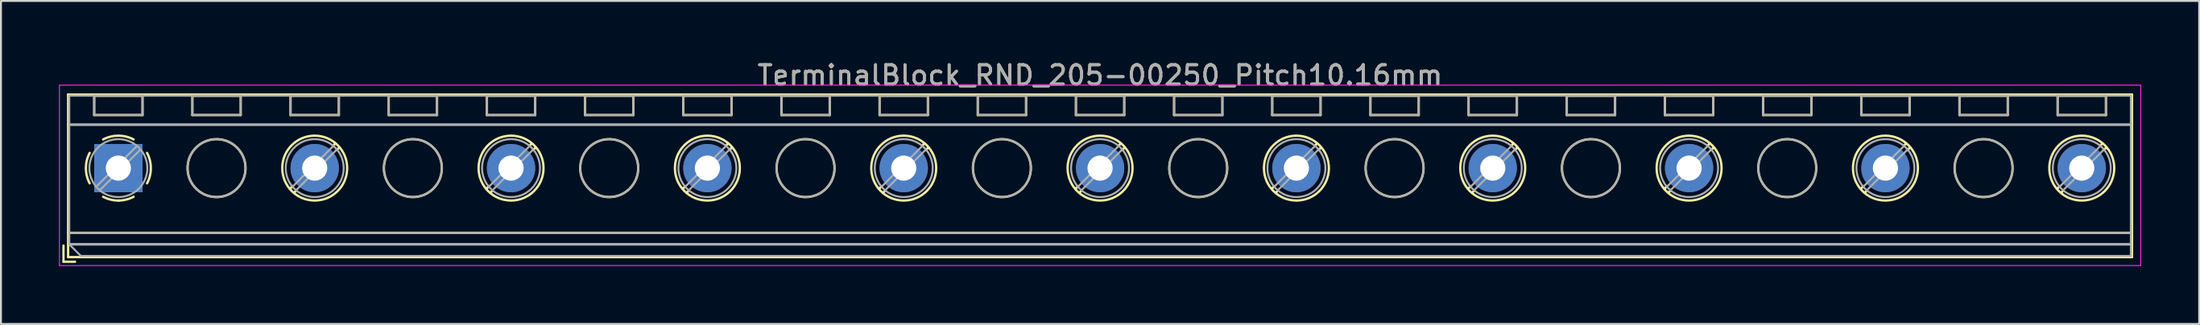
<source format=kicad_pcb>
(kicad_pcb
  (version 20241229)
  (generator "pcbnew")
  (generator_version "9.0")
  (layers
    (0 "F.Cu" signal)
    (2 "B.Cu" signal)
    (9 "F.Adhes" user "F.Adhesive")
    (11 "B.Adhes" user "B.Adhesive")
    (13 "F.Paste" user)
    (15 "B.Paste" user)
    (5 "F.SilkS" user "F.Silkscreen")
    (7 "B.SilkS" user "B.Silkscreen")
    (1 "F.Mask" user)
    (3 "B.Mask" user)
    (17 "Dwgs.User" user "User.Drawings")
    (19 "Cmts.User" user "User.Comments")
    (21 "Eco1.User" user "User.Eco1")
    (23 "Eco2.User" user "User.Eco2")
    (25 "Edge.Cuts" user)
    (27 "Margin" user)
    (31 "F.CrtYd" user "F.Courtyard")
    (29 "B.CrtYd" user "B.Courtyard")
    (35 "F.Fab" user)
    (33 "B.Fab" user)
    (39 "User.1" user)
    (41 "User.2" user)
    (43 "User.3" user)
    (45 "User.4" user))
  (footprint "TerminalBlock_RND_205-00250_Pitch10.16mm"
    (layer "F.Cu")
    (at 3.075 5.658)
    (property "Reference" "TerminalBlock_RND_205-00250_Pitch10.16mm" (at 50.8 -4.81 0) (layer "F.SilkS") (effects (font (size 1 1) (thickness 0.15))))
    (attr through_hole)
    (fp_line (start -2.84 4.01) (end -2.84 4.85) (stroke (width 0.12) (type solid)) (layer "F.SilkS"))
    (fp_line (start -2.84 4.85) (end -2.24 4.85) (stroke (width 0.12) (type solid)) (layer "F.SilkS"))
    (fp_line (start -2.6 -3.81) (end -2.6 4.61) (stroke (width 0.12) (type solid)) (layer "F.SilkS"))
    (fp_line (start -2.6 -2.25) (end 104.2 -2.25) (stroke (width 0.12) (type solid)) (layer "F.SilkS"))
    (fp_line (start -2.6 3.35) (end 104.2 3.35) (stroke (width 0.12) (type solid)) (layer "F.SilkS"))
    (fp_line (start -2.6 3.95) (end 104.2 3.95) (stroke (width 0.12) (type solid)) (layer "F.SilkS"))
    (fp_line (start -2.6 4.61) (end 104.2 4.61) (stroke (width 0.12) (type solid)) (layer "F.SilkS"))
    (fp_line (start -1.25 -3.751) (end -1.25 -2.751) (stroke (width 0.12) (type solid)) (layer "F.SilkS"))
    (fp_line (start -1.25 -3.751) (end 1.25 -3.751) (stroke (width 0.12) (type solid)) (layer "F.SilkS"))
    (fp_line (start -1.25 -2.751) (end 1.25 -2.751) (stroke (width 0.12) (type solid)) (layer "F.SilkS"))
    (fp_line (start 1.25 -3.751) (end 1.25 -2.751) (stroke (width 0.12) (type solid)) (layer "F.SilkS"))
    (fp_line (start 3.83 -3.751) (end 3.83 -2.751) (stroke (width 0.12) (type solid)) (layer "F.SilkS"))
    (fp_line (start 3.83 -3.751) (end 6.33 -3.751) (stroke (width 0.12) (type solid)) (layer "F.SilkS"))
    (fp_line (start 3.83 -2.751) (end 6.33 -2.751) (stroke (width 0.12) (type solid)) (layer "F.SilkS"))
    (fp_line (start 6.33 -3.751) (end 6.33 -2.751) (stroke (width 0.12) (type solid)) (layer "F.SilkS"))
    (fp_line (start 8.91 -3.751) (end 8.91 -2.751) (stroke (width 0.12) (type solid)) (layer "F.SilkS"))
    (fp_line (start 8.91 -3.751) (end 11.41 -3.751) (stroke (width 0.12) (type solid)) (layer "F.SilkS"))
    (fp_line (start 8.91 -2.751) (end 11.41 -2.751) (stroke (width 0.12) (type solid)) (layer "F.SilkS"))
    (fp_line (start 9.027 0.929) (end 8.886 1.069) (stroke (width 0.12) (type solid)) (layer "F.SilkS"))
    (fp_line (start 9.197 1.169) (end 9.091 1.274) (stroke (width 0.12) (type solid)) (layer "F.SilkS"))
    (fp_line (start 11.23 -1.275) (end 11.124 -1.169) (stroke (width 0.12) (type solid)) (layer "F.SilkS"))
    (fp_line (start 11.41 -3.751) (end 11.41 -2.751) (stroke (width 0.12) (type solid)) (layer "F.SilkS"))
    (fp_line (start 11.435 -1.069) (end 11.294 -0.929) (stroke (width 0.12) (type solid)) (layer "F.SilkS"))
    (fp_line (start 13.99 -3.751) (end 13.99 -2.751) (stroke (width 0.12) (type solid)) (layer "F.SilkS"))
    (fp_line (start 13.99 -3.751) (end 16.49 -3.751) (stroke (width 0.12) (type solid)) (layer "F.SilkS"))
    (fp_line (start 13.99 -2.751) (end 16.49 -2.751) (stroke (width 0.12) (type solid)) (layer "F.SilkS"))
    (fp_line (start 16.49 -3.751) (end 16.49 -2.751) (stroke (width 0.12) (type solid)) (layer "F.SilkS"))
    (fp_line (start 19.07 -3.751) (end 19.07 -2.751) (stroke (width 0.12) (type solid)) (layer "F.SilkS"))
    (fp_line (start 19.07 -3.751) (end 21.57 -3.751) (stroke (width 0.12) (type solid)) (layer "F.SilkS"))
    (fp_line (start 19.07 -2.751) (end 21.57 -2.751) (stroke (width 0.12) (type solid)) (layer "F.SilkS"))
    (fp_line (start 19.187 0.929) (end 19.046 1.069) (stroke (width 0.12) (type solid)) (layer "F.SilkS"))
    (fp_line (start 19.357 1.169) (end 19.251 1.274) (stroke (width 0.12) (type solid)) (layer "F.SilkS"))
    (fp_line (start 21.39 -1.275) (end 21.284 -1.169) (stroke (width 0.12) (type solid)) (layer "F.SilkS"))
    (fp_line (start 21.57 -3.751) (end 21.57 -2.751) (stroke (width 0.12) (type solid)) (layer "F.SilkS"))
    (fp_line (start 21.595 -1.069) (end 21.454 -0.929) (stroke (width 0.12) (type solid)) (layer "F.SilkS"))
    (fp_line (start 24.15 -3.751) (end 24.15 -2.751) (stroke (width 0.12) (type solid)) (layer "F.SilkS"))
    (fp_line (start 24.15 -3.751) (end 26.65 -3.751) (stroke (width 0.12) (type solid)) (layer "F.SilkS"))
    (fp_line (start 24.15 -2.751) (end 26.65 -2.751) (stroke (width 0.12) (type solid)) (layer "F.SilkS"))
    (fp_line (start 26.65 -3.751) (end 26.65 -2.751) (stroke (width 0.12) (type solid)) (layer "F.SilkS"))
    (fp_line (start 29.23 -3.751) (end 29.23 -2.751) (stroke (width 0.12) (type solid)) (layer "F.SilkS"))
    (fp_line (start 29.23 -3.751) (end 31.73 -3.751) (stroke (width 0.12) (type solid)) (layer "F.SilkS"))
    (fp_line (start 29.23 -2.751) (end 31.73 -2.751) (stroke (width 0.12) (type solid)) (layer "F.SilkS"))
    (fp_line (start 29.347 0.929) (end 29.206 1.069) (stroke (width 0.12) (type solid)) (layer "F.SilkS"))
    (fp_line (start 29.517 1.169) (end 29.411 1.274) (stroke (width 0.12) (type solid)) (layer "F.SilkS"))
    (fp_line (start 31.55 -1.275) (end 31.444 -1.169) (stroke (width 0.12) (type solid)) (layer "F.SilkS"))
    (fp_line (start 31.73 -3.751) (end 31.73 -2.751) (stroke (width 0.12) (type solid)) (layer "F.SilkS"))
    (fp_line (start 31.755 -1.069) (end 31.614 -0.929) (stroke (width 0.12) (type solid)) (layer "F.SilkS"))
    (fp_line (start 34.31 -3.751) (end 34.31 -2.751) (stroke (width 0.12) (type solid)) (layer "F.SilkS"))
    (fp_line (start 34.31 -3.751) (end 36.81 -3.751) (stroke (width 0.12) (type solid)) (layer "F.SilkS"))
    (fp_line (start 34.31 -2.751) (end 36.81 -2.751) (stroke (width 0.12) (type solid)) (layer "F.SilkS"))
    (fp_line (start 36.81 -3.751) (end 36.81 -2.751) (stroke (width 0.12) (type solid)) (layer "F.SilkS"))
    (fp_line (start 39.39 -3.751) (end 39.39 -2.751) (stroke (width 0.12) (type solid)) (layer "F.SilkS"))
    (fp_line (start 39.39 -3.751) (end 41.89 -3.751) (stroke (width 0.12) (type solid)) (layer "F.SilkS"))
    (fp_line (start 39.39 -2.751) (end 41.89 -2.751) (stroke (width 0.12) (type solid)) (layer "F.SilkS"))
    (fp_line (start 39.507 0.929) (end 39.366 1.069) (stroke (width 0.12) (type solid)) (layer "F.SilkS"))
    (fp_line (start 39.677 1.169) (end 39.571 1.274) (stroke (width 0.12) (type solid)) (layer "F.SilkS"))
    (fp_line (start 41.71 -1.275) (end 41.604 -1.169) (stroke (width 0.12) (type solid)) (layer "F.SilkS"))
    (fp_line (start 41.89 -3.751) (end 41.89 -2.751) (stroke (width 0.12) (type solid)) (layer "F.SilkS"))
    (fp_line (start 41.915 -1.069) (end 41.774 -0.929) (stroke (width 0.12) (type solid)) (layer "F.SilkS"))
    (fp_line (start 44.47 -3.751) (end 44.47 -2.751) (stroke (width 0.12) (type solid)) (layer "F.SilkS"))
    (fp_line (start 44.47 -3.751) (end 46.97 -3.751) (stroke (width 0.12) (type solid)) (layer "F.SilkS"))
    (fp_line (start 44.47 -2.751) (end 46.97 -2.751) (stroke (width 0.12) (type solid)) (layer "F.SilkS"))
    (fp_line (start 46.97 -3.751) (end 46.97 -2.751) (stroke (width 0.12) (type solid)) (layer "F.SilkS"))
    (fp_line (start 49.55 -3.751) (end 49.55 -2.751) (stroke (width 0.12) (type solid)) (layer "F.SilkS"))
    (fp_line (start 49.55 -3.751) (end 52.05 -3.751) (stroke (width 0.12) (type solid)) (layer "F.SilkS"))
    (fp_line (start 49.55 -2.751) (end 52.05 -2.751) (stroke (width 0.12) (type solid)) (layer "F.SilkS"))
    (fp_line (start 49.667 0.929) (end 49.526 1.069) (stroke (width 0.12) (type solid)) (layer "F.SilkS"))
    (fp_line (start 49.837 1.169) (end 49.731 1.274) (stroke (width 0.12) (type solid)) (layer "F.SilkS"))
    (fp_line (start 51.87 -1.275) (end 51.764 -1.169) (stroke (width 0.12) (type solid)) (layer "F.SilkS"))
    (fp_line (start 52.05 -3.751) (end 52.05 -2.751) (stroke (width 0.12) (type solid)) (layer "F.SilkS"))
    (fp_line (start 52.075 -1.069) (end 51.934 -0.929) (stroke (width 0.12) (type solid)) (layer "F.SilkS"))
    (fp_line (start 54.63 -3.751) (end 54.63 -2.751) (stroke (width 0.12) (type solid)) (layer "F.SilkS"))
    (fp_line (start 54.63 -3.751) (end 57.13 -3.751) (stroke (width 0.12) (type solid)) (layer "F.SilkS"))
    (fp_line (start 54.63 -2.751) (end 57.13 -2.751) (stroke (width 0.12) (type solid)) (layer "F.SilkS"))
    (fp_line (start 57.13 -3.751) (end 57.13 -2.751) (stroke (width 0.12) (type solid)) (layer "F.SilkS"))
    (fp_line (start 59.71 -3.751) (end 59.71 -2.751) (stroke (width 0.12) (type solid)) (layer "F.SilkS"))
    (fp_line (start 59.71 -3.751) (end 62.21 -3.751) (stroke (width 0.12) (type solid)) (layer "F.SilkS"))
    (fp_line (start 59.71 -2.751) (end 62.21 -2.751) (stroke (width 0.12) (type solid)) (layer "F.SilkS"))
    (fp_line (start 59.827 0.929) (end 59.686 1.069) (stroke (width 0.12) (type solid)) (layer "F.SilkS"))
    (fp_line (start 59.997 1.169) (end 59.891 1.274) (stroke (width 0.12) (type solid)) (layer "F.SilkS"))
    (fp_line (start 62.03 -1.275) (end 61.924 -1.169) (stroke (width 0.12) (type solid)) (layer "F.SilkS"))
    (fp_line (start 62.21 -3.751) (end 62.21 -2.751) (stroke (width 0.12) (type solid)) (layer "F.SilkS"))
    (fp_line (start 62.235 -1.069) (end 62.094 -0.929) (stroke (width 0.12) (type solid)) (layer "F.SilkS"))
    (fp_line (start 64.791 -3.751) (end 64.791 -2.751) (stroke (width 0.12) (type solid)) (layer "F.SilkS"))
    (fp_line (start 64.791 -3.751) (end 67.29 -3.751) (stroke (width 0.12) (type solid)) (layer "F.SilkS"))
    (fp_line (start 64.791 -2.751) (end 67.29 -2.751) (stroke (width 0.12) (type solid)) (layer "F.SilkS"))
    (fp_line (start 67.29 -3.751) (end 67.29 -2.751) (stroke (width 0.12) (type solid)) (layer "F.SilkS"))
    (fp_line (start 69.87 -3.751) (end 69.87 -2.751) (stroke (width 0.12) (type solid)) (layer "F.SilkS"))
    (fp_line (start 69.87 -3.751) (end 72.37 -3.751) (stroke (width 0.12) (type solid)) (layer "F.SilkS"))
    (fp_line (start 69.87 -2.751) (end 72.37 -2.751) (stroke (width 0.12) (type solid)) (layer "F.SilkS"))
    (fp_line (start 69.987 0.929) (end 69.846 1.069) (stroke (width 0.12) (type solid)) (layer "F.SilkS"))
    (fp_line (start 70.157 1.169) (end 70.051 1.274) (stroke (width 0.12) (type solid)) (layer "F.SilkS"))
    (fp_line (start 72.19 -1.275) (end 72.084 -1.169) (stroke (width 0.12) (type solid)) (layer "F.SilkS"))
    (fp_line (start 72.37 -3.751) (end 72.37 -2.751) (stroke (width 0.12) (type solid)) (layer "F.SilkS"))
    (fp_line (start 72.395 -1.069) (end 72.254 -0.929) (stroke (width 0.12) (type solid)) (layer "F.SilkS"))
    (fp_line (start 74.95 -3.751) (end 74.95 -2.751) (stroke (width 0.12) (type solid)) (layer "F.SilkS"))
    (fp_line (start 74.95 -3.751) (end 77.45 -3.751) (stroke (width 0.12) (type solid)) (layer "F.SilkS"))
    (fp_line (start 74.95 -2.751) (end 77.45 -2.751) (stroke (width 0.12) (type solid)) (layer "F.SilkS"))
    (fp_line (start 77.45 -3.751) (end 77.45 -2.751) (stroke (width 0.12) (type solid)) (layer "F.SilkS"))
    (fp_line (start 80.03 -3.751) (end 80.03 -2.751) (stroke (width 0.12) (type solid)) (layer "F.SilkS"))
    (fp_line (start 80.03 -3.751) (end 82.53 -3.751) (stroke (width 0.12) (type solid)) (layer "F.SilkS"))
    (fp_line (start 80.03 -2.751) (end 82.53 -2.751) (stroke (width 0.12) (type solid)) (layer "F.SilkS"))
    (fp_line (start 80.147 0.929) (end 80.006 1.069) (stroke (width 0.12) (type solid)) (layer "F.SilkS"))
    (fp_line (start 80.317 1.169) (end 80.211 1.274) (stroke (width 0.12) (type solid)) (layer "F.SilkS"))
    (fp_line (start 82.35 -1.275) (end 82.244 -1.169) (stroke (width 0.12) (type solid)) (layer "F.SilkS"))
    (fp_line (start 82.53 -3.751) (end 82.53 -2.751) (stroke (width 0.12) (type solid)) (layer "F.SilkS"))
    (fp_line (start 82.555 -1.069) (end 82.414 -0.929) (stroke (width 0.12) (type solid)) (layer "F.SilkS"))
    (fp_line (start 85.11 -3.751) (end 85.11 -2.751) (stroke (width 0.12) (type solid)) (layer "F.SilkS"))
    (fp_line (start 85.11 -3.751) (end 87.61 -3.751) (stroke (width 0.12) (type solid)) (layer "F.SilkS"))
    (fp_line (start 85.11 -2.751) (end 87.61 -2.751) (stroke (width 0.12) (type solid)) (layer "F.SilkS"))
    (fp_line (start 87.61 -3.751) (end 87.61 -2.751) (stroke (width 0.12) (type solid)) (layer "F.SilkS"))
    (fp_line (start 90.19 -3.751) (end 90.19 -2.751) (stroke (width 0.12) (type solid)) (layer "F.SilkS"))
    (fp_line (start 90.19 -3.751) (end 92.69 -3.751) (stroke (width 0.12) (type solid)) (layer "F.SilkS"))
    (fp_line (start 90.19 -2.751) (end 92.69 -2.751) (stroke (width 0.12) (type solid)) (layer "F.SilkS"))
    (fp_line (start 90.307 0.929) (end 90.166 1.069) (stroke (width 0.12) (type solid)) (layer "F.SilkS"))
    (fp_line (start 90.477 1.169) (end 90.371 1.274) (stroke (width 0.12) (type solid)) (layer "F.SilkS"))
    (fp_line (start 92.51 -1.275) (end 92.404 -1.169) (stroke (width 0.12) (type solid)) (layer "F.SilkS"))
    (fp_line (start 92.69 -3.751) (end 92.69 -2.751) (stroke (width 0.12) (type solid)) (layer "F.SilkS"))
    (fp_line (start 92.715 -1.069) (end 92.574 -0.929) (stroke (width 0.12) (type solid)) (layer "F.SilkS"))
    (fp_line (start 95.27 -3.751) (end 95.27 -2.751) (stroke (width 0.12) (type solid)) (layer "F.SilkS"))
    (fp_line (start 95.27 -3.751) (end 97.77 -3.751) (stroke (width 0.12) (type solid)) (layer "F.SilkS"))
    (fp_line (start 95.27 -2.751) (end 97.77 -2.751) (stroke (width 0.12) (type solid)) (layer "F.SilkS"))
    (fp_line (start 97.77 -3.751) (end 97.77 -2.751) (stroke (width 0.12) (type solid)) (layer "F.SilkS"))
    (fp_line (start 100.35 -3.751) (end 100.35 -2.751) (stroke (width 0.12) (type solid)) (layer "F.SilkS"))
    (fp_line (start 100.35 -3.751) (end 102.85 -3.751) (stroke (width 0.12) (type solid)) (layer "F.SilkS"))
    (fp_line (start 100.35 -2.751) (end 102.85 -2.751) (stroke (width 0.12) (type solid)) (layer "F.SilkS"))
    (fp_line (start 100.467 0.929) (end 100.326 1.069) (stroke (width 0.12) (type solid)) (layer "F.SilkS"))
    (fp_line (start 100.637 1.169) (end 100.531 1.274) (stroke (width 0.12) (type solid)) (layer "F.SilkS"))
    (fp_line (start 102.67 -1.275) (end 102.564 -1.169) (stroke (width 0.12) (type solid)) (layer "F.SilkS"))
    (fp_line (start 102.85 -3.751) (end 102.85 -2.751) (stroke (width 0.12) (type solid)) (layer "F.SilkS"))
    (fp_line (start 102.875 -1.069) (end 102.734 -0.929) (stroke (width 0.12) (type solid)) (layer "F.SilkS"))
    (fp_line (start 104.2 -3.81) (end -2.6 -3.81) (stroke (width 0.12) (type solid)) (layer "F.SilkS"))
    (fp_line (start 104.2 4.61) (end 104.2 -3.81) (stroke (width 0.12) (type solid)) (layer "F.SilkS"))
    (fp_arc (start -1.483953 0.789089) (mid -1.680708 0.00005) (end -1.484 -0.789) (stroke (width 0.12) (type solid)) (layer "F.SilkS"))
    (fp_arc (start -0.789089 -1.483953) (mid -0.00005 -1.680708) (end 0.789 -1.484) (stroke (width 0.12) (type solid)) (layer "F.SilkS"))
    (fp_arc (start 0.029383 1.68045) (mid -0.392304 1.634281) (end -0.789 1.484) (stroke (width 0.12) (type solid)) (layer "F.SilkS"))
    (fp_arc (start 0.788712 1.483352) (mid 0.406429 1.630097) (end 0 1.68) (stroke (width 0.12) (type solid)) (layer "F.SilkS"))
    (fp_arc (start 1.483953 -0.789089) (mid 1.680708 -0.00005) (end 1.484 0.789) (stroke (width 0.12) (type solid)) (layer "F.SilkS"))
    (fp_circle (center 5.08 0) (end 6.58 0) (stroke (width 0.12) (type solid)) (fill no) (layer "F.SilkS"))
    (fp_circle (center 10.16 0) (end 11.84 0) (stroke (width 0.12) (type solid)) (fill no) (layer "F.SilkS"))
    (fp_circle (center 15.24 0) (end 16.74 0) (stroke (width 0.12) (type solid)) (fill no) (layer "F.SilkS"))
    (fp_circle (center 20.32 0) (end 22 0) (stroke (width 0.12) (type solid)) (fill no) (layer "F.SilkS"))
    (fp_circle (center 25.4 0) (end 26.9 0) (stroke (width 0.12) (type solid)) (fill no) (layer "F.SilkS"))
    (fp_circle (center 30.48 0) (end 32.16 0) (stroke (width 0.12) (type solid)) (fill no) (layer "F.SilkS"))
    (fp_circle (center 35.56 0) (end 37.06 0) (stroke (width 0.12) (type solid)) (fill no) (layer "F.SilkS"))
    (fp_circle (center 40.64 0) (end 42.32 0) (stroke (width 0.12) (type solid)) (fill no) (layer "F.SilkS"))
    (fp_circle (center 45.72 0) (end 47.22 0) (stroke (width 0.12) (type solid)) (fill no) (layer "F.SilkS"))
    (fp_circle (center 50.8 0) (end 52.48 0) (stroke (width 0.12) (type solid)) (fill no) (layer "F.SilkS"))
    (fp_circle (center 55.88 0) (end 57.38 0) (stroke (width 0.12) (type solid)) (fill no) (layer "F.SilkS"))
    (fp_circle (center 60.96 0) (end 62.64 0) (stroke (width 0.12) (type solid)) (fill no) (layer "F.SilkS"))
    (fp_circle (center 66.04 0) (end 67.54 0) (stroke (width 0.12) (type solid)) (fill no) (layer "F.SilkS"))
    (fp_circle (center 71.12 0) (end 72.8 0) (stroke (width 0.12) (type solid)) (fill no) (layer "F.SilkS"))
    (fp_circle (center 76.2 0) (end 77.7 0) (stroke (width 0.12) (type solid)) (fill no) (layer "F.SilkS"))
    (fp_circle (center 81.28 0) (end 82.96 0) (stroke (width 0.12) (type solid)) (fill no) (layer "F.SilkS"))
    (fp_circle (center 86.36 0) (end 87.86 0) (stroke (width 0.12) (type solid)) (fill no) (layer "F.SilkS"))
    (fp_circle (center 91.44 0) (end 93.12 0) (stroke (width 0.12) (type solid)) (fill no) (layer "F.SilkS"))
    (fp_circle (center 96.52 0) (end 98.02 0) (stroke (width 0.12) (type solid)) (fill no) (layer "F.SilkS"))
    (fp_circle (center 101.6 0) (end 103.28 0) (stroke (width 0.12) (type solid)) (fill no) (layer "F.SilkS"))
    (fp_line (start -3.05 -4.3) (end -3.05 5.05) (stroke (width 0.05) (type solid)) (layer "F.CrtYd"))
    (fp_line (start -3.05 5.05) (end 104.65 5.05) (stroke (width 0.05) (type solid)) (layer "F.CrtYd"))
    (fp_line (start 104.65 -4.3) (end -3.05 -4.3) (stroke (width 0.05) (type solid)) (layer "F.CrtYd"))
    (fp_line (start 104.65 5.05) (end 104.65 -4.3) (stroke (width 0.05) (type solid)) (layer "F.CrtYd"))
    (fp_line (start -2.54 -3.75) (end 104.14 -3.75) (stroke (width 0.1) (type solid)) (layer "F.Fab"))
    (fp_line (start -2.54 -2.25) (end 104.14 -2.25) (stroke (width 0.1) (type solid)) (layer "F.Fab"))
    (fp_line (start -2.54 3.35) (end 104.14 3.35) (stroke (width 0.1) (type solid)) (layer "F.Fab"))
    (fp_line (start -2.54 3.95) (end -2.54 -3.75) (stroke (width 0.1) (type solid)) (layer "F.Fab"))
    (fp_line (start -2.54 3.95) (end 104.14 3.95) (stroke (width 0.1) (type solid)) (layer "F.Fab"))
    (fp_line (start -1.94 4.55) (end -2.54 3.95) (stroke (width 0.1) (type solid)) (layer "F.Fab"))
    (fp_line (start -1.25 -3.75) (end -1.25 -2.75) (stroke (width 0.1) (type solid)) (layer "F.Fab"))
    (fp_line (start -1.25 -2.75) (end 1.25 -2.75) (stroke (width 0.1) (type solid)) (layer "F.Fab"))
    (fp_line (start 0.955 -1.138) (end -1.138 0.955) (stroke (width 0.1) (type solid)) (layer "F.Fab"))
    (fp_line (start 1.138 -0.955) (end -0.955 1.138) (stroke (width 0.1) (type solid)) (layer "F.Fab"))
    (fp_line (start 1.25 -3.75) (end -1.25 -3.75) (stroke (width 0.1) (type solid)) (layer "F.Fab"))
    (fp_line (start 1.25 -2.75) (end 1.25 -3.75) (stroke (width 0.1) (type solid)) (layer "F.Fab"))
    (fp_line (start 3.83 -3.75) (end 3.83 -2.75) (stroke (width 0.1) (type solid)) (layer "F.Fab"))
    (fp_line (start 3.83 -2.75) (end 6.33 -2.75) (stroke (width 0.1) (type solid)) (layer "F.Fab"))
    (fp_line (start 6.33 -3.75) (end 3.83 -3.75) (stroke (width 0.1) (type solid)) (layer "F.Fab"))
    (fp_line (start 6.33 -2.75) (end 6.33 -3.75) (stroke (width 0.1) (type solid)) (layer "F.Fab"))
    (fp_line (start 8.91 -3.75) (end 8.91 -2.75) (stroke (width 0.1) (type solid)) (layer "F.Fab"))
    (fp_line (start 8.91 -2.75) (end 11.41 -2.75) (stroke (width 0.1) (type solid)) (layer "F.Fab"))
    (fp_line (start 11.115 -1.138) (end 9.023 0.955) (stroke (width 0.1) (type solid)) (layer "F.Fab"))
    (fp_line (start 11.298 -0.955) (end 9.206 1.138) (stroke (width 0.1) (type solid)) (layer "F.Fab"))
    (fp_line (start 11.41 -3.75) (end 8.91 -3.75) (stroke (width 0.1) (type solid)) (layer "F.Fab"))
    (fp_line (start 11.41 -2.75) (end 11.41 -3.75) (stroke (width 0.1) (type solid)) (layer "F.Fab"))
    (fp_line (start 13.99 -3.75) (end 13.99 -2.75) (stroke (width 0.1) (type solid)) (layer "F.Fab"))
    (fp_line (start 13.99 -2.75) (end 16.49 -2.75) (stroke (width 0.1) (type solid)) (layer "F.Fab"))
    (fp_line (start 16.49 -3.75) (end 13.99 -3.75) (stroke (width 0.1) (type solid)) (layer "F.Fab"))
    (fp_line (start 16.49 -2.75) (end 16.49 -3.75) (stroke (width 0.1) (type solid)) (layer "F.Fab"))
    (fp_line (start 19.07 -3.75) (end 19.07 -2.75) (stroke (width 0.1) (type solid)) (layer "F.Fab"))
    (fp_line (start 19.07 -2.75) (end 21.57 -2.75) (stroke (width 0.1) (type solid)) (layer "F.Fab"))
    (fp_line (start 21.275 -1.138) (end 19.183 0.955) (stroke (width 0.1) (type solid)) (layer "F.Fab"))
    (fp_line (start 21.458 -0.955) (end 19.366 1.138) (stroke (width 0.1) (type solid)) (layer "F.Fab"))
    (fp_line (start 21.57 -3.75) (end 19.07 -3.75) (stroke (width 0.1) (type solid)) (layer "F.Fab"))
    (fp_line (start 21.57 -2.75) (end 21.57 -3.75) (stroke (width 0.1) (type solid)) (layer "F.Fab"))
    (fp_line (start 24.15 -3.75) (end 24.15 -2.75) (stroke (width 0.1) (type solid)) (layer "F.Fab"))
    (fp_line (start 24.15 -2.75) (end 26.65 -2.75) (stroke (width 0.1) (type solid)) (layer "F.Fab"))
    (fp_line (start 26.65 -3.75) (end 24.15 -3.75) (stroke (width 0.1) (type solid)) (layer "F.Fab"))
    (fp_line (start 26.65 -2.75) (end 26.65 -3.75) (stroke (width 0.1) (type solid)) (layer "F.Fab"))
    (fp_line (start 29.23 -3.75) (end 29.23 -2.75) (stroke (width 0.1) (type solid)) (layer "F.Fab"))
    (fp_line (start 29.23 -2.75) (end 31.73 -2.75) (stroke (width 0.1) (type solid)) (layer "F.Fab"))
    (fp_line (start 31.435 -1.138) (end 29.343 0.955) (stroke (width 0.1) (type solid)) (layer "F.Fab"))
    (fp_line (start 31.618 -0.955) (end 29.526 1.138) (stroke (width 0.1) (type solid)) (layer "F.Fab"))
    (fp_line (start 31.73 -3.75) (end 29.23 -3.75) (stroke (width 0.1) (type solid)) (layer "F.Fab"))
    (fp_line (start 31.73 -2.75) (end 31.73 -3.75) (stroke (width 0.1) (type solid)) (layer "F.Fab"))
    (fp_line (start 34.31 -3.75) (end 34.31 -2.75) (stroke (width 0.1) (type solid)) (layer "F.Fab"))
    (fp_line (start 34.31 -2.75) (end 36.81 -2.75) (stroke (width 0.1) (type solid)) (layer "F.Fab"))
    (fp_line (start 36.81 -3.75) (end 34.31 -3.75) (stroke (width 0.1) (type solid)) (layer "F.Fab"))
    (fp_line (start 36.81 -2.75) (end 36.81 -3.75) (stroke (width 0.1) (type solid)) (layer "F.Fab"))
    (fp_line (start 39.39 -3.75) (end 39.39 -2.75) (stroke (width 0.1) (type solid)) (layer "F.Fab"))
    (fp_line (start 39.39 -2.75) (end 41.89 -2.75) (stroke (width 0.1) (type solid)) (layer "F.Fab"))
    (fp_line (start 41.595 -1.138) (end 39.503 0.955) (stroke (width 0.1) (type solid)) (layer "F.Fab"))
    (fp_line (start 41.778 -0.955) (end 39.686 1.138) (stroke (width 0.1) (type solid)) (layer "F.Fab"))
    (fp_line (start 41.89 -3.75) (end 39.39 -3.75) (stroke (width 0.1) (type solid)) (layer "F.Fab"))
    (fp_line (start 41.89 -2.75) (end 41.89 -3.75) (stroke (width 0.1) (type solid)) (layer "F.Fab"))
    (fp_line (start 44.47 -3.75) (end 44.47 -2.75) (stroke (width 0.1) (type solid)) (layer "F.Fab"))
    (fp_line (start 44.47 -2.75) (end 46.97 -2.75) (stroke (width 0.1) (type solid)) (layer "F.Fab"))
    (fp_line (start 46.97 -3.75) (end 44.47 -3.75) (stroke (width 0.1) (type solid)) (layer "F.Fab"))
    (fp_line (start 46.97 -2.75) (end 46.97 -3.75) (stroke (width 0.1) (type solid)) (layer "F.Fab"))
    (fp_line (start 49.55 -3.75) (end 49.55 -2.75) (stroke (width 0.1) (type solid)) (layer "F.Fab"))
    (fp_line (start 49.55 -2.75) (end 52.05 -2.75) (stroke (width 0.1) (type solid)) (layer "F.Fab"))
    (fp_line (start 51.755 -1.138) (end 49.663 0.955) (stroke (width 0.1) (type solid)) (layer "F.Fab"))
    (fp_line (start 51.938 -0.955) (end 49.846 1.138) (stroke (width 0.1) (type solid)) (layer "F.Fab"))
    (fp_line (start 52.05 -3.75) (end 49.55 -3.75) (stroke (width 0.1) (type solid)) (layer "F.Fab"))
    (fp_line (start 52.05 -2.75) (end 52.05 -3.75) (stroke (width 0.1) (type solid)) (layer "F.Fab"))
    (fp_line (start 54.63 -3.75) (end 54.63 -2.75) (stroke (width 0.1) (type solid)) (layer "F.Fab"))
    (fp_line (start 54.63 -2.75) (end 57.13 -2.75) (stroke (width 0.1) (type solid)) (layer "F.Fab"))
    (fp_line (start 57.13 -3.75) (end 54.63 -3.75) (stroke (width 0.1) (type solid)) (layer "F.Fab"))
    (fp_line (start 57.13 -2.75) (end 57.13 -3.75) (stroke (width 0.1) (type solid)) (layer "F.Fab"))
    (fp_line (start 59.71 -3.75) (end 59.71 -2.75) (stroke (width 0.1) (type solid)) (layer "F.Fab"))
    (fp_line (start 59.71 -2.75) (end 62.21 -2.75) (stroke (width 0.1) (type solid)) (layer "F.Fab"))
    (fp_line (start 61.915 -1.138) (end 59.823 0.955) (stroke (width 0.1) (type solid)) (layer "F.Fab"))
    (fp_line (start 62.098 -0.955) (end 60.006 1.138) (stroke (width 0.1) (type solid)) (layer "F.Fab"))
    (fp_line (start 62.21 -3.75) (end 59.71 -3.75) (stroke (width 0.1) (type solid)) (layer "F.Fab"))
    (fp_line (start 62.21 -2.75) (end 62.21 -3.75) (stroke (width 0.1) (type solid)) (layer "F.Fab"))
    (fp_line (start 64.79 -3.75) (end 64.79 -2.75) (stroke (width 0.1) (type solid)) (layer "F.Fab"))
    (fp_line (start 64.79 -2.75) (end 67.29 -2.75) (stroke (width 0.1) (type solid)) (layer "F.Fab"))
    (fp_line (start 67.29 -3.75) (end 64.79 -3.75) (stroke (width 0.1) (type solid)) (layer "F.Fab"))
    (fp_line (start 67.29 -2.75) (end 67.29 -3.75) (stroke (width 0.1) (type solid)) (layer "F.Fab"))
    (fp_line (start 69.87 -3.75) (end 69.87 -2.75) (stroke (width 0.1) (type solid)) (layer "F.Fab"))
    (fp_line (start 69.87 -2.75) (end 72.37 -2.75) (stroke (width 0.1) (type solid)) (layer "F.Fab"))
    (fp_line (start 72.075 -1.138) (end 69.983 0.955) (stroke (width 0.1) (type solid)) (layer "F.Fab"))
    (fp_line (start 72.258 -0.955) (end 70.166 1.138) (stroke (width 0.1) (type solid)) (layer "F.Fab"))
    (fp_line (start 72.37 -3.75) (end 69.87 -3.75) (stroke (width 0.1) (type solid)) (layer "F.Fab"))
    (fp_line (start 72.37 -2.75) (end 72.37 -3.75) (stroke (width 0.1) (type solid)) (layer "F.Fab"))
    (fp_line (start 74.95 -3.75) (end 74.95 -2.75) (stroke (width 0.1) (type solid)) (layer "F.Fab"))
    (fp_line (start 74.95 -2.75) (end 77.45 -2.75) (stroke (width 0.1) (type solid)) (layer "F.Fab"))
    (fp_line (start 77.45 -3.75) (end 74.95 -3.75) (stroke (width 0.1) (type solid)) (layer "F.Fab"))
    (fp_line (start 77.45 -2.75) (end 77.45 -3.75) (stroke (width 0.1) (type solid)) (layer "F.Fab"))
    (fp_line (start 80.03 -3.75) (end 80.03 -2.75) (stroke (width 0.1) (type solid)) (layer "F.Fab"))
    (fp_line (start 80.03 -2.75) (end 82.53 -2.75) (stroke (width 0.1) (type solid)) (layer "F.Fab"))
    (fp_line (start 82.235 -1.138) (end 80.143 0.955) (stroke (width 0.1) (type solid)) (layer "F.Fab"))
    (fp_line (start 82.418 -0.955) (end 80.326 1.138) (stroke (width 0.1) (type solid)) (layer "F.Fab"))
    (fp_line (start 82.53 -3.75) (end 80.03 -3.75) (stroke (width 0.1) (type solid)) (layer "F.Fab"))
    (fp_line (start 82.53 -2.75) (end 82.53 -3.75) (stroke (width 0.1) (type solid)) (layer "F.Fab"))
    (fp_line (start 85.11 -3.75) (end 85.11 -2.75) (stroke (width 0.1) (type solid)) (layer "F.Fab"))
    (fp_line (start 85.11 -2.75) (end 87.61 -2.75) (stroke (width 0.1) (type solid)) (layer "F.Fab"))
    (fp_line (start 87.61 -3.75) (end 85.11 -3.75) (stroke (width 0.1) (type solid)) (layer "F.Fab"))
    (fp_line (start 87.61 -2.75) (end 87.61 -3.75) (stroke (width 0.1) (type solid)) (layer "F.Fab"))
    (fp_line (start 90.19 -3.75) (end 90.19 -2.75) (stroke (width 0.1) (type solid)) (layer "F.Fab"))
    (fp_line (start 90.19 -2.75) (end 92.69 -2.75) (stroke (width 0.1) (type solid)) (layer "F.Fab"))
    (fp_line (start 92.395 -1.138) (end 90.303 0.955) (stroke (width 0.1) (type solid)) (layer "F.Fab"))
    (fp_line (start 92.578 -0.955) (end 90.486 1.138) (stroke (width 0.1) (type solid)) (layer "F.Fab"))
    (fp_line (start 92.69 -3.75) (end 90.19 -3.75) (stroke (width 0.1) (type solid)) (layer "F.Fab"))
    (fp_line (start 92.69 -2.75) (end 92.69 -3.75) (stroke (width 0.1) (type solid)) (layer "F.Fab"))
    (fp_line (start 95.27 -3.75) (end 95.27 -2.75) (stroke (width 0.1) (type solid)) (layer "F.Fab"))
    (fp_line (start 95.27 -2.75) (end 97.77 -2.75) (stroke (width 0.1) (type solid)) (layer "F.Fab"))
    (fp_line (start 97.77 -3.75) (end 95.27 -3.75) (stroke (width 0.1) (type solid)) (layer "F.Fab"))
    (fp_line (start 97.77 -2.75) (end 97.77 -3.75) (stroke (width 0.1) (type solid)) (layer "F.Fab"))
    (fp_line (start 100.35 -3.75) (end 100.35 -2.75) (stroke (width 0.1) (type solid)) (layer "F.Fab"))
    (fp_line (start 100.35 -2.75) (end 102.85 -2.75) (stroke (width 0.1) (type solid)) (layer "F.Fab"))
    (fp_line (start 102.555 -1.138) (end 100.463 0.955) (stroke (width 0.1) (type solid)) (layer "F.Fab"))
    (fp_line (start 102.738 -0.955) (end 100.646 1.138) (stroke (width 0.1) (type solid)) (layer "F.Fab"))
    (fp_line (start 102.85 -3.75) (end 100.35 -3.75) (stroke (width 0.1) (type solid)) (layer "F.Fab"))
    (fp_line (start 102.85 -2.75) (end 102.85 -3.75) (stroke (width 0.1) (type solid)) (layer "F.Fab"))
    (fp_line (start 104.14 -3.75) (end 104.14 4.55) (stroke (width 0.1) (type solid)) (layer "F.Fab"))
    (fp_line (start 104.14 4.55) (end -1.94 4.55) (stroke (width 0.1) (type solid)) (layer "F.Fab"))
    (fp_circle (center 0 0) (end 1.5 0) (stroke (width 0.1) (type solid)) (fill no) (layer "F.Fab"))
    (fp_circle (center 5.08 0) (end 6.58 0) (stroke (width 0.1) (type solid)) (fill no) (layer "F.Fab"))
    (fp_circle (center 10.16 0) (end 11.66 0) (stroke (width 0.1) (type solid)) (fill no) (layer "F.Fab"))
    (fp_circle (center 15.24 0) (end 16.74 0) (stroke (width 0.1) (type solid)) (fill no) (layer "F.Fab"))
    (fp_circle (center 20.32 0) (end 21.82 0) (stroke (width 0.1) (type solid)) (fill no) (layer "F.Fab"))
    (fp_circle (center 25.4 0) (end 26.9 0) (stroke (width 0.1) (type solid)) (fill no) (layer "F.Fab"))
    (fp_circle (center 30.48 0) (end 31.98 0) (stroke (width 0.1) (type solid)) (fill no) (layer "F.Fab"))
    (fp_circle (center 35.56 0) (end 37.06 0) (stroke (width 0.1) (type solid)) (fill no) (layer "F.Fab"))
    (fp_circle (center 40.64 0) (end 42.14 0) (stroke (width 0.1) (type solid)) (fill no) (layer "F.Fab"))
    (fp_circle (center 45.72 0) (end 47.22 0) (stroke (width 0.1) (type solid)) (fill no) (layer "F.Fab"))
    (fp_circle (center 50.8 0) (end 52.3 0) (stroke (width 0.1) (type solid)) (fill no) (layer "F.Fab"))
    (fp_circle (center 55.88 0) (end 57.38 0) (stroke (width 0.1) (type solid)) (fill no) (layer "F.Fab"))
    (fp_circle (center 60.96 0) (end 62.46 0) (stroke (width 0.1) (type solid)) (fill no) (layer "F.Fab"))
    (fp_circle (center 66.04 0) (end 67.54 0) (stroke (width 0.1) (type solid)) (fill no) (layer "F.Fab"))
    (fp_circle (center 71.12 0) (end 72.62 0) (stroke (width 0.1) (type solid)) (fill no) (layer "F.Fab"))
    (fp_circle (center 76.2 0) (end 77.7 0) (stroke (width 0.1) (type solid)) (fill no) (layer "F.Fab"))
    (fp_circle (center 81.28 0) (end 82.78 0) (stroke (width 0.1) (type solid)) (fill no) (layer "F.Fab"))
    (fp_circle (center 86.36 0) (end 87.86 0) (stroke (width 0.1) (type solid)) (fill no) (layer "F.Fab"))
    (fp_circle (center 91.44 0) (end 92.94 0) (stroke (width 0.1) (type solid)) (fill no) (layer "F.Fab"))
    (fp_circle (center 96.52 0) (end 98.02 0) (stroke (width 0.1) (type solid)) (fill no) (layer "F.Fab"))
    (fp_circle (center 101.6 0) (end 103.1 0) (stroke (width 0.1) (type solid)) (fill no) (layer "F.Fab"))
    (fp_text user "${REFERENCE}" (at 50.8 -4.81 0) (layer "F.Fab") (effects (font (size 1 1) (thickness 0.15))))
    (pad "1" thru_hole rect (at 0 0) (size 2.5 2.5) (drill 1.3) (layers "*.Cu" "*.Mask"))
    (pad "2" thru_hole oval (at 10.16 0) (size 2.5 2.5) (drill 1.3) (layers "*.Cu" "*.Mask"))
    (pad "3" thru_hole oval (at 20.32 0) (size 2.5 2.5) (drill 1.3) (layers "*.Cu" "*.Mask"))
    (pad "4" thru_hole oval (at 30.48 0) (size 2.5 2.5) (drill 1.3) (layers "*.Cu" "*.Mask"))
    (pad "5" thru_hole oval (at 40.64 0) (size 2.5 2.5) (drill 1.3) (layers "*.Cu" "*.Mask"))
    (pad "6" thru_hole oval (at 50.8 0) (size 2.5 2.5) (drill 1.3) (layers "*.Cu" "*.Mask"))
    (pad "7" thru_hole oval (at 60.96 0) (size 2.5 2.5) (drill 1.3) (layers "*.Cu" "*.Mask"))
    (pad "8" thru_hole oval (at 71.12 0) (size 2.5 2.5) (drill 1.3) (layers "*.Cu" "*.Mask"))
    (pad "9" thru_hole oval (at 81.28 0) (size 2.5 2.5) (drill 1.3) (layers "*.Cu" "*.Mask"))
    (pad "10" thru_hole oval (at 91.44 0) (size 2.5 2.5) (drill 1.3) (layers "*.Cu" "*.Mask"))
    (pad "11" thru_hole oval (at 101.6 0) (size 2.5 2.5) (drill 1.3) (layers "*.Cu" "*.Mask")))
  (gr_rect
    (start -3 -3)
    (end 110.75 13.733)
    (stroke (width 0.1) (type default))
    (fill no)
    (layer "Edge.Cuts")))
</source>
